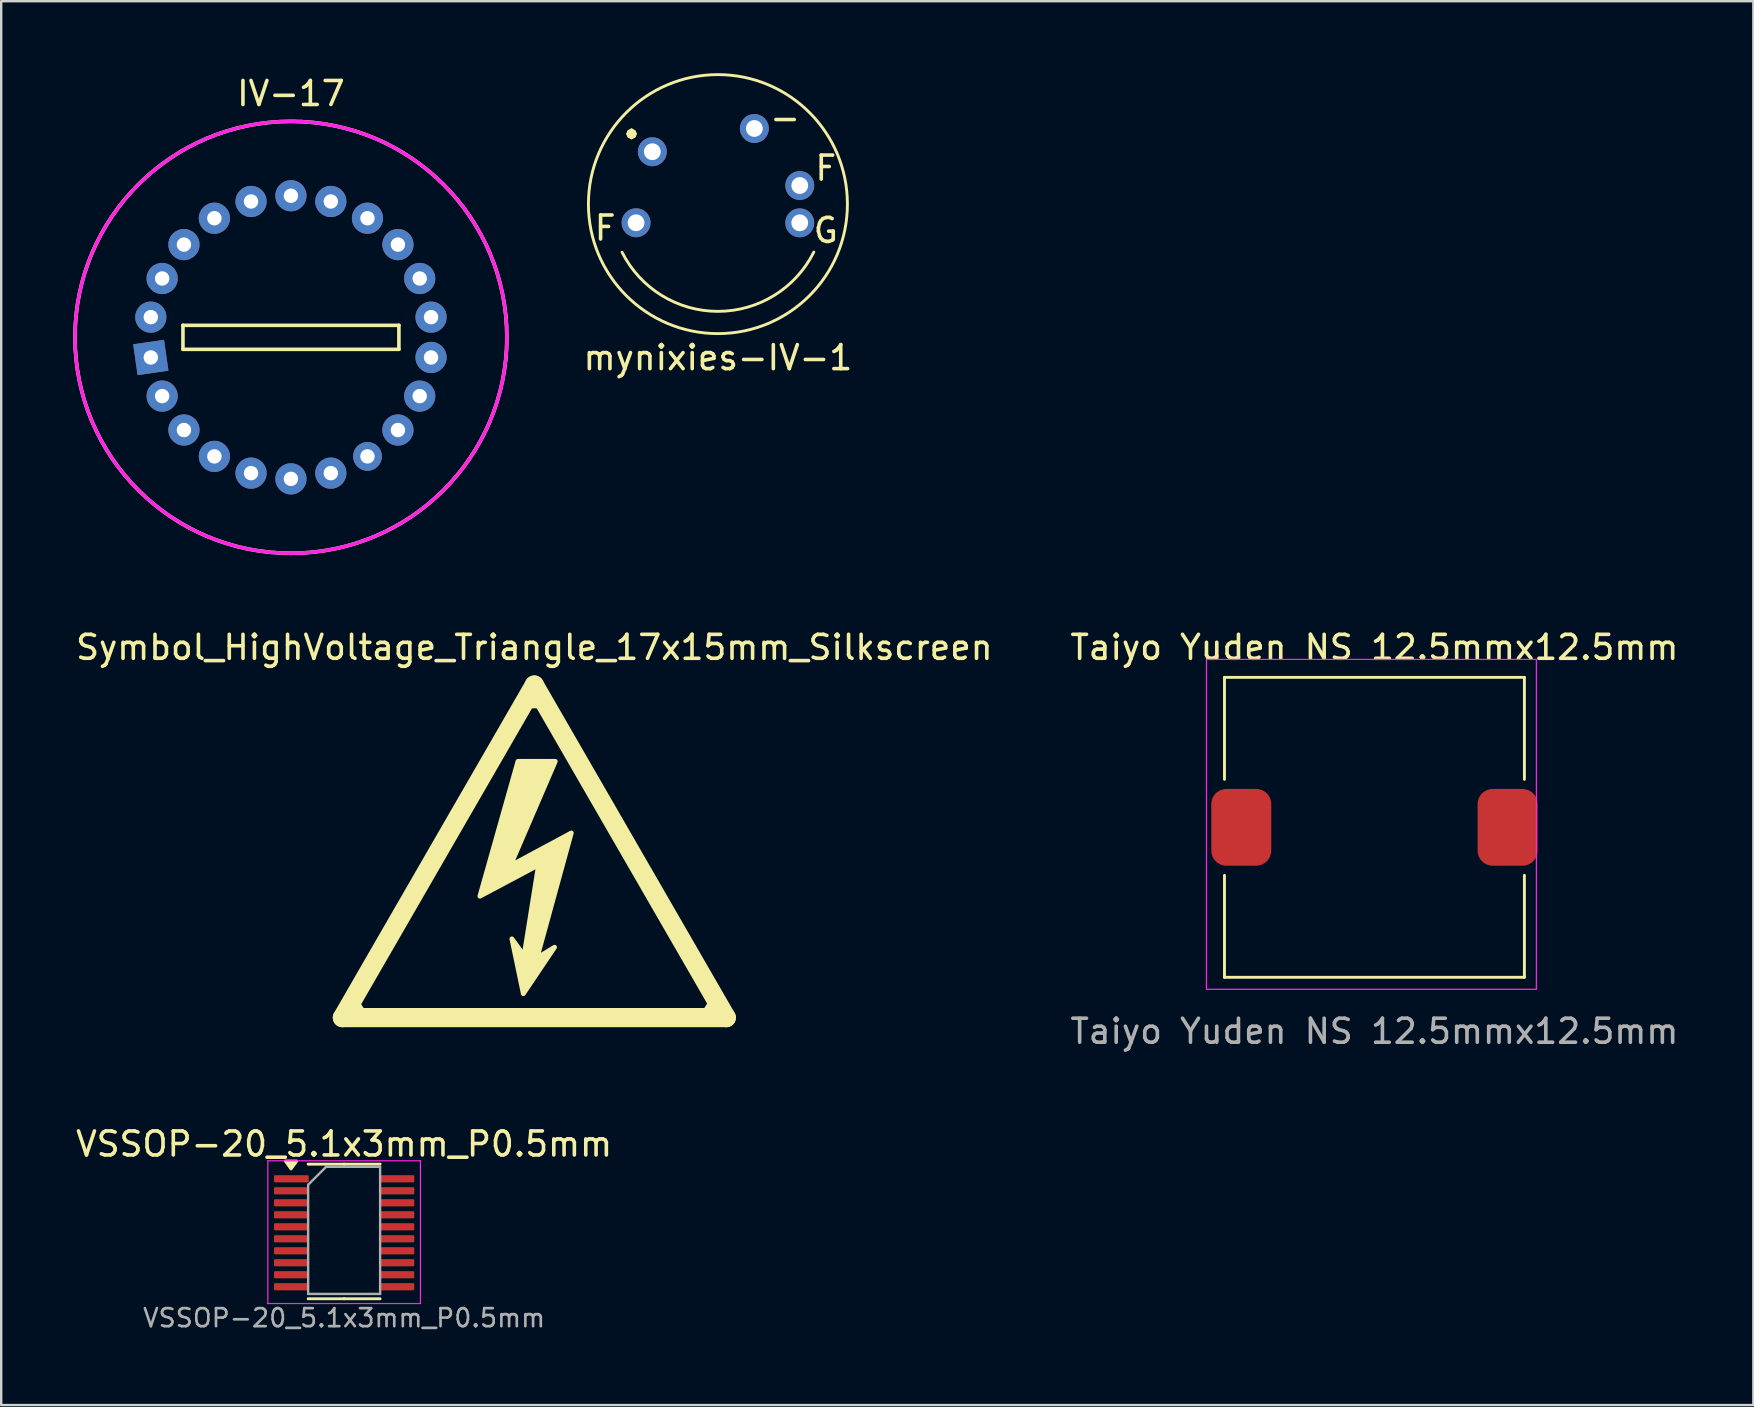
<source format=kicad_pcb>
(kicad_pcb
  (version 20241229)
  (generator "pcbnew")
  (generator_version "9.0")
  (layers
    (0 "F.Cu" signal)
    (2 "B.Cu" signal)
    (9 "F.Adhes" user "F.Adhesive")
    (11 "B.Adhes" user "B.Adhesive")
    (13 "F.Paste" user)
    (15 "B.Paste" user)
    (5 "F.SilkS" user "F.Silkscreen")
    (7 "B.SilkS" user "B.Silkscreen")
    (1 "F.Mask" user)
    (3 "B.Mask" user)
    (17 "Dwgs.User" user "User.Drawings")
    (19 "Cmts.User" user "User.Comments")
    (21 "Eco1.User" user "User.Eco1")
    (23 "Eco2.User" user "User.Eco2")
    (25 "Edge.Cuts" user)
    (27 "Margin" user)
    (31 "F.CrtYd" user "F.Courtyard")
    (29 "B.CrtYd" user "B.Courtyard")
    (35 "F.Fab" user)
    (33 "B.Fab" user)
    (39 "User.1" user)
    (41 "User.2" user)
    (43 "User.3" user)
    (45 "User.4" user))
  (footprint "Taiyo Yuden NS 12.5mmx12.5mm"
    (layer "F.Cu")
    (at 54.232 31.431)
    (property "Reference" "Taiyo Yuden NS 12.5mmx12.5mm" (at 0 -7.5 0) (unlocked yes) (layer "F.SilkS") (effects (font (size 1 1) (thickness 0.15))))
    (attr smd)
    (fp_line (start -6.25 -6.25) (end -6.25 -2) (stroke (width 0.12) (type default)) (layer "F.SilkS"))
    (fp_line (start -6.25 6.25) (end -6.25 2) (stroke (width 0.12) (type default)) (layer "F.SilkS"))
    (fp_line (start -6.25 6.25) (end 6.25 6.25) (stroke (width 0.12) (type default)) (layer "F.SilkS"))
    (fp_line (start 6.25 -6.25) (end -6.25 -6.25) (stroke (width 0.12) (type default)) (layer "F.SilkS"))
    (fp_line (start 6.25 -2) (end 6.25 -6.25) (stroke (width 0.12) (type default)) (layer "F.SilkS"))
    (fp_line (start 6.25 6.25) (end 6.25 2) (stroke (width 0.12) (type default)) (layer "F.SilkS"))
    (fp_rect (start -7 -7) (end 6.75 6.75) (stroke (width 0.05) (type default)) (fill no) (layer "F.CrtYd"))
    (fp_text user "${REFERENCE}" (at 0 8.5 0) (unlocked yes) (layer "F.Fab") (effects (font (size 1 1) (thickness 0.15))))
    (pad "1" smd roundrect (at -5.55 0) (size 2.5 3.2) (layers "F.Cu" "F.Mask" "F.Paste") (roundrect_rratio 0.25))
    (pad "2" smd roundrect (at 5.55 0) (size 2.5 3.2) (layers "F.Cu" "F.Mask" "F.Paste") (roundrect_rratio 0.25)))
  (footprint "Symbol_HighVoltage_Triangle_17x15mm_Silkscreen"
    (layer "F.Cu")
    (at 19.22 32.431)
    (property "Reference" "Symbol_HighVoltage_Triangle_17x15mm_Silkscreen" (at 0 -8.5 0) (layer "F.SilkS") (effects (font (size 1 1) (thickness 0.15))))
    (attr exclude_from_pos_files exclude_from_bom)
    (fp_line (start -8 6.93) (end 0 -6.93) (stroke (width 0.8) (type solid)) (layer "F.SilkS"))
    (fp_line (start -7.127 6.695) (end -7.393 6.285) (stroke (width 0.2) (type default)) (layer "F.SilkS"))
    (fp_line (start -0.26 -6.06) (end 0.26 -6.06) (stroke (width 0.2) (type default)) (layer "F.SilkS"))
    (fp_line (start 7.107 6.675) (end 7.373 6.265) (stroke (width 0.2) (type default)) (layer "F.SilkS"))
    (fp_line (start 8 6.93) (end -8 6.93) (stroke (width 0.8) (type solid)) (layer "F.SilkS"))
    (fp_line (start 8 6.93) (end -0.000105 -6.93) (stroke (width 0.8) (type solid)) (layer "F.SilkS"))
    (fp_poly (pts (xy -1 0.6) (xy 1.54 -0.765) (xy 0.111 4.442) (xy 0.842 3.997) (xy -0.46 5.934) (xy -0.936 3.648) (xy -0.428 4.346) (xy 0.175 0.568) (xy -2.27 1.87) (xy -0.683 -3.75) (xy 0.873 -3.75)) (stroke (width 0.2) (type solid)) (fill yes) (layer "F.SilkS")))
  (footprint "IV-17"
    (layer "F.Cu")
    (at 9.075 11.008)
    (property "Reference" "IV-17" (at 0 -10.16 0) (layer "F.SilkS") (effects (font (size 1 1) (thickness 0.15))))
    (attr through_hole)
    (fp_line (start -4.5 -0.5) (end -4.5 0.5) (stroke (width 0.15) (type solid)) (layer "F.SilkS"))
    (fp_line (start -4.5 0.5) (end 4.5 0.5) (stroke (width 0.15) (type solid)) (layer "F.SilkS"))
    (fp_line (start 4.5 -0.5) (end -4.5 -0.5) (stroke (width 0.15) (type solid)) (layer "F.SilkS"))
    (fp_line (start 4.5 0.5) (end 4.5 -0.5) (stroke (width 0.15) (type solid)) (layer "F.SilkS"))
    (fp_circle (center 0 0) (end 9 0) (stroke (width 0.15) (type solid)) (fill no) (layer "F.SilkS"))
    (fp_circle (center 0 0) (end 9 0) (stroke (width 0.15) (type solid)) (fill no) (layer "F.CrtYd"))
    (pad "1" thru_hole rect (at -5.84 0.84 278.181) (size 1.3 1.3) (drill 0.6) (layers "*.Cu" "*.Mask"))
    (pad "2" thru_hole circle (at -5.367 2.451 294.545) (size 1.3 1.3) (drill 0.6) (layers "*.Cu" "*.Mask"))
    (pad "3" thru_hole circle (at -4.459 3.864 310.909) (size 1.3 1.3) (drill 0.6) (layers "*.Cu" "*.Mask"))
    (pad "4" thru_hole circle (at -3.19 4.963 327.272) (size 1.3 1.3) (drill 0.6) (layers "*.Cu" "*.Mask"))
    (pad "5" thru_hole circle (at -1.662 5.661 343.636) (size 1.3 1.3) (drill 0.6) (layers "*.Cu" "*.Mask"))
    (pad "6" thru_hole circle (at 0 5.9) (size 1.3 1.3) (drill 0.6) (layers "*.Cu" "*.Mask"))
    (pad "7" thru_hole circle (at 1.662 5.661 16.363) (size 1.3 1.3) (drill 0.6) (layers "*.Cu" "*.Mask"))
    (pad "8" thru_hole circle (at 3.19 4.963 32.726) (size 1.2 1.2) (drill 0.6) (layers "*.Cu" "*.Mask"))
    (pad "9" thru_hole circle (at 4.459 3.864 49.09) (size 1.3 1.3) (drill 0.6) (layers "*.Cu" "*.Mask"))
    (pad "10" thru_hole circle (at 5.367 2.451 65.453) (size 1.3 1.3) (drill 0.6) (layers "*.Cu" "*.Mask"))
    (pad "11" thru_hole circle (at 5.84 0.84 81.818) (size 1.3 1.3) (drill 0.6) (layers "*.Cu" "*.Mask"))
    (pad "12" thru_hole circle (at 5.84 -0.84 98.181) (size 1.3 1.3) (drill 0.6) (layers "*.Cu" "*.Mask"))
    (pad "13" thru_hole circle (at 5.367 -2.451 114.545) (size 1.3 1.3) (drill 0.6) (layers "*.Cu" "*.Mask"))
    (pad "14" thru_hole circle (at 4.459 -3.864 130.907) (size 1.3 1.3) (drill 0.6) (layers "*.Cu" "*.Mask"))
    (pad "15" thru_hole circle (at 3.19 -4.963 147.273) (size 1.3 1.3) (drill 0.6) (layers "*.Cu" "*.Mask"))
    (pad "16" thru_hole circle (at 1.662 -5.661 163.636) (size 1.3 1.3) (drill 0.6) (layers "*.Cu" "*.Mask"))
    (pad "17" thru_hole circle (at 0 -5.9 180) (size 1.3 1.3) (drill 0.6) (layers "*.Cu" "*.Mask"))
    (pad "18" thru_hole circle (at -1.662 -5.661 196.364) (size 1.3 1.3) (drill 0.6) (layers "*.Cu" "*.Mask"))
    (pad "19" thru_hole circle (at -3.19 -4.963 212.727) (size 1.3 1.3) (drill 0.6) (layers "*.Cu" "*.Mask"))
    (pad "20" thru_hole circle (at -4.459 -3.864 229.091) (size 1.3 1.3) (drill 0.6) (layers "*.Cu" "*.Mask"))
    (pad "21" thru_hole circle (at -5.367 -2.451 245.455) (size 1.3 1.3) (drill 0.6) (layers "*.Cu" "*.Mask"))
    (pad "22" thru_hole circle (at -5.84 -0.84 261.817) (size 1.3 1.3) (drill 0.6) (layers "*.Cu" "*.Mask")))
  (footprint "VSSOP-20_5.1x3mm_P0.5mm"
    (layer "F.Cu")
    (at 11.292 48.278)
    (property "Reference" "VSSOP-20_5.1x3mm_P0.5mm" (at 0 -3.65 0) (layer "F.SilkS") (effects (font (size 1 1) (thickness 0.15))))
    (attr smd)
    (fp_line (start 0 -2.81) (end -1.5 -2.81) (stroke (width 0.12) (type solid)) (layer "F.SilkS"))
    (fp_line (start 0 -2.81) (end 1.5 -2.81) (stroke (width 0.12) (type solid)) (layer "F.SilkS"))
    (fp_line (start 0 2.8) (end -1.5 2.8) (stroke (width 0.12) (type solid)) (layer "F.SilkS"))
    (fp_line (start 0 2.8) (end 1.5 2.8) (stroke (width 0.12) (type solid)) (layer "F.SilkS"))
    (fp_poly (pts (xy -2.212 -2.61) (xy -2.453 -2.94) (xy -1.972 -2.94) (xy -2.212 -2.61)) (stroke (width 0.12) (type solid)) (fill yes) (layer "F.SilkS"))
    (fp_line (start -3.18 -2.95) (end -3.18 3) (stroke (width 0.05) (type solid)) (layer "F.CrtYd"))
    (fp_line (start -3.18 3) (end 3.18 3) (stroke (width 0.05) (type solid)) (layer "F.CrtYd"))
    (fp_line (start 3.18 -2.95) (end -3.18 -2.95) (stroke (width 0.05) (type solid)) (layer "F.CrtYd"))
    (fp_line (start 3.18 3) (end 3.18 -2.95) (stroke (width 0.05) (type solid)) (layer "F.CrtYd"))
    (fp_line (start -1.5 -1.95) (end -0.75 -2.7) (stroke (width 0.1) (type solid)) (layer "F.Fab"))
    (fp_line (start -1.5 2.6) (end -1.5 -1.95) (stroke (width 0.1) (type solid)) (layer "F.Fab"))
    (fp_line (start -0.75 -2.7) (end 1.5 -2.7) (stroke (width 0.1) (type solid)) (layer "F.Fab"))
    (fp_line (start 1.5 -2.7) (end 1.5 2.6) (stroke (width 0.1) (type solid)) (layer "F.Fab"))
    (fp_line (start 1.5 2.6) (end -1.5 2.6) (stroke (width 0.1) (type solid)) (layer "F.Fab"))
    (fp_text user "${REFERENCE}" (at 0 3.6 0) (layer "F.Fab") (effects (font (size 0.75 0.75) (thickness 0.11))))
    (pad "1" smd roundrect (at -2.2 -2.2) (size 1.45 0.3) (layers "F.Cu" "F.Mask" "F.Paste") (roundrect_rratio 0.167))
    (pad "2" smd roundrect (at -2.2 -1.7) (size 1.45 0.3) (layers "F.Cu" "F.Mask" "F.Paste") (roundrect_rratio 0.167))
    (pad "3" smd roundrect (at -2.2 -1.2) (size 1.45 0.3) (layers "F.Cu" "F.Mask" "F.Paste") (roundrect_rratio 0.167))
    (pad "4" smd roundrect (at -2.2 -0.7) (size 1.45 0.3) (layers "F.Cu" "F.Mask" "F.Paste") (roundrect_rratio 0.167))
    (pad "5" smd roundrect (at -2.2 -0.2) (size 1.45 0.3) (layers "F.Cu" "F.Mask" "F.Paste") (roundrect_rratio 0.167))
    (pad "6" smd roundrect (at -2.2 0.3) (size 1.45 0.3) (layers "F.Cu" "F.Mask" "F.Paste") (roundrect_rratio 0.167))
    (pad "7" smd roundrect (at -2.2 0.8) (size 1.45 0.3) (layers "F.Cu" "F.Mask" "F.Paste") (roundrect_rratio 0.167))
    (pad "8" smd roundrect (at -2.2 1.3) (size 1.45 0.3) (layers "F.Cu" "F.Mask" "F.Paste") (roundrect_rratio 0.167))
    (pad "9" smd roundrect (at -2.2 1.8) (size 1.45 0.3) (layers "F.Cu" "F.Mask" "F.Paste") (roundrect_rratio 0.167))
    (pad "10" smd roundrect (at -2.2 2.3) (size 1.45 0.3) (layers "F.Cu" "F.Mask" "F.Paste") (roundrect_rratio 0.167))
    (pad "11" smd roundrect (at 2.2 2.3) (size 1.45 0.3) (layers "F.Cu" "F.Mask" "F.Paste") (roundrect_rratio 0.167))
    (pad "12" smd roundrect (at 2.2 1.8) (size 1.45 0.3) (layers "F.Cu" "F.Mask" "F.Paste") (roundrect_rratio 0.167))
    (pad "13" smd roundrect (at 2.2 1.3) (size 1.45 0.3) (layers "F.Cu" "F.Mask" "F.Paste") (roundrect_rratio 0.167))
    (pad "14" smd roundrect (at 2.2 0.8) (size 1.45 0.3) (layers "F.Cu" "F.Mask" "F.Paste") (roundrect_rratio 0.167))
    (pad "15" smd roundrect (at 2.2 0.3) (size 1.45 0.3) (layers "F.Cu" "F.Mask" "F.Paste") (roundrect_rratio 0.167))
    (pad "16" smd roundrect (at 2.2 -0.2) (size 1.45 0.3) (layers "F.Cu" "F.Mask" "F.Paste") (roundrect_rratio 0.167))
    (pad "17" smd roundrect (at 2.2 -0.7) (size 1.45 0.3) (layers "F.Cu" "F.Mask" "F.Paste") (roundrect_rratio 0.167))
    (pad "18" smd roundrect (at 2.2 -1.2) (size 1.45 0.3) (layers "F.Cu" "F.Mask" "F.Paste") (roundrect_rratio 0.167))
    (pad "19" smd roundrect (at 2.2 -1.7) (size 1.45 0.3) (layers "F.Cu" "F.Mask" "F.Paste") (roundrect_rratio 0.167))
    (pad "20" smd roundrect (at 2.2 -2.2) (size 1.45 0.3) (layers "F.Cu" "F.Mask" "F.Paste") (roundrect_rratio 0.167)))
  (footprint "mynixies-IV-1"
    (layer "F.Cu")
    (at 26.87 5.457)
    (property "Reference" "mynixies-IV-1" (at 0 6.4 0) (unlocked yes) (layer "F.SilkS") (effects (font (size 1 1) (thickness 0.15))))
    (attr exclude_from_pos_files exclude_from_bom)
    (fp_arc (start 3.99796 1.99898) (mid 0.002727 4.469854) (end -3.995518 2.003856) (stroke (width 0.12) (type solid)) (layer "F.SilkS"))
    (fp_circle (center 0 0) (end 0 -5.397) (stroke (width 0.12) (type solid)) (fill no) (layer "F.SilkS"))
    (fp_text user "-" (at 2.8 -3.6 0) (unlocked yes) (layer "F.SilkS") (effects (font (size 1 1) (thickness 0.15))))
    (fp_text user "•" (at -3.6 -3 0) (unlocked yes) (layer "F.SilkS") (effects (font (size 1 1) (thickness 0.15))))
    (fp_text user "F" (at 4.498 -1.499 0) (unlocked yes) (layer "F.SilkS") (effects (font (size 1 1) (thickness 0.15))))
    (fp_text user "G" (at 4.498 1.1 0) (unlocked yes) (layer "F.SilkS") (effects (font (size 1 1) (thickness 0.15))))
    (fp_text user "F" (at -4.699 0.998 0) (unlocked yes) (layer "F.SilkS") (effects (font (size 1 1) (thickness 0.15))))
    (pad "-" thru_hole circle (at 1.519 -3.152) (size 1.206 1.206) (drill 0.699) (layers "*.Cu" "*.Mask"))
    (pad "F1" thru_hole circle (at -3.411 0.777) (size 1.206 1.206) (drill 0.699) (layers "*.Cu" "*.Mask"))
    (pad "F2" thru_hole circle (at 3.411 -0.775) (size 1.206 1.206) (drill 0.699) (layers "*.Cu" "*.Mask"))
    (pad "G" thru_hole circle (at 3.411 0.78) (size 1.206 1.206) (drill 0.699) (layers "*.Cu" "*.Mask"))
    (pad "O" thru_hole circle (at -2.733 -2.184) (size 1.206 1.206) (drill 0.699) (layers "*.Cu" "*.Mask")))
  (gr_rect
    (start -3 -3)
    (end 70.024 55.51)
    (stroke (width 0.1) (type default))
    (fill no)
    (layer "Edge.Cuts")))
</source>
